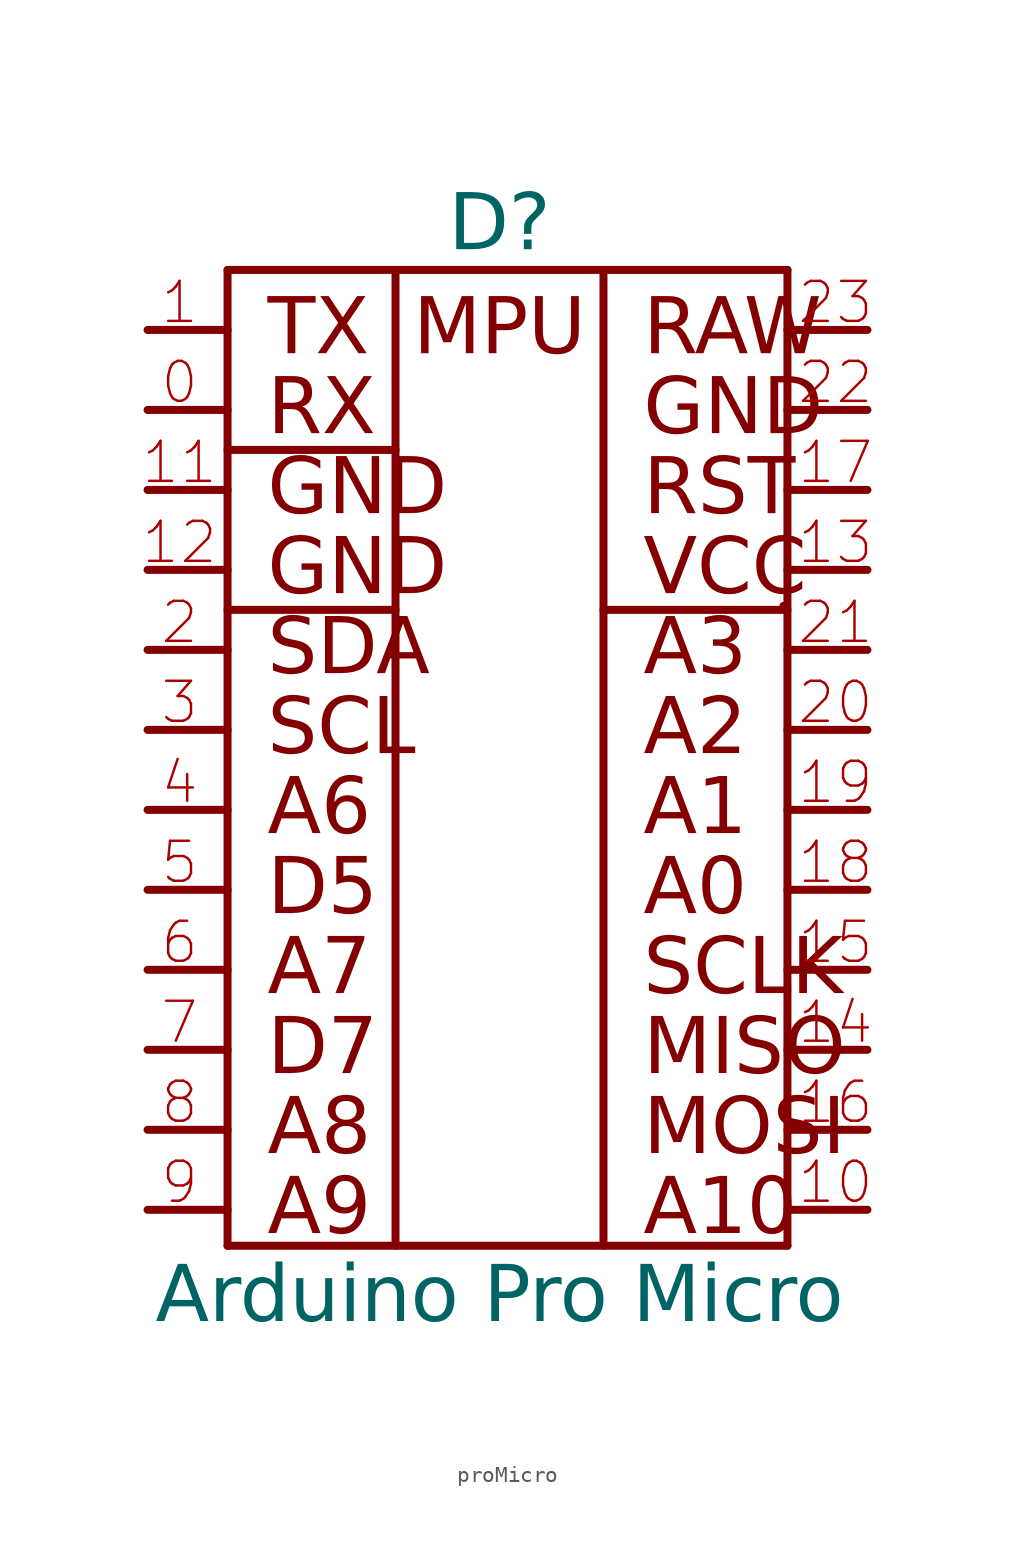
<source format=kicad_sym>
(kicad_symbol_lib
  (version 20241209)
  (generator "kicad_symbol_editor")
  (generator_version "9.0")
  (symbol "proMicro"
    (pin_names
      (offset 0.5))
    (property "Reference" "D"
      (at 22 6.5 0)
      (effects (font (face "GOST type A") (size 3.5 3.5))))
    (property "Value" "Arduino Pro Micro"
      (at 22 -60.5 0)
      (effects (font (face "GOST type A") (size 3.5 3.5))))
    (symbol "proMicro_0_1"
      (polyline (pts (xy 0 -25) (xy 5 -25)) (stroke (width 0.5) (type solid)) (fill (type none)))
      (polyline (pts (xy 0 -30) (xy 5 -30)) (stroke (width 0.5) (type solid)) (fill (type none)))
      (polyline (pts (xy 0 -35) (xy 5 -35)) (stroke (width 0.5) (type solid)) (fill (type none)))
      (polyline (pts (xy 0 -45) (xy 5 -45)) (stroke (width 0.5) (type solid)) (fill (type none)))
      (polyline (pts (xy 0 -50) (xy 5 -50)) (stroke (width 0.5) (type solid)) (fill (type none)))
      (polyline (pts (xy 0 -55) (xy 5 -55)) (stroke (width 0.5) (type solid)) (fill (type none)))
      (polyline (pts (xy 5 3.75) (xy 5 -57.25)) (stroke (width 0.5) (type default)) (fill (type none)))
      (polyline (pts (xy 5 0) (xy 0 0)) (stroke (width 0.5) (type default)) (fill (type none)))
      (polyline (pts (xy 5 -7.5) (xy 15.5 -7.5)) (stroke (width 0.5) (type solid)) (fill (type none)))
      (polyline (pts (xy 5 -17.5) (xy 15.5 -17.5)) (stroke (width 0.5) (type solid)) (fill (type none))))
    (symbol "proMicro_1_1"
      (polyline (pts (xy 0 -20) (xy 5 -20)) (stroke (width 0.5) (type solid)) (fill (type none)))
      (polyline (pts (xy 0 -40) (xy 5 -40)) (stroke (width 0.5) (type solid)) (fill (type none)))
      (polyline (pts (xy 5 3.75) (xy 40 3.75)) (stroke (width 0.5) (type solid)) (fill (type none)))
      (polyline (pts (xy 5 -5) (xy 0 -5)) (stroke (width 0.5) (type solid)) (fill (type none)))
      (polyline (pts (xy 5 -10) (xy 0 -10)) (stroke (width 0.5) (type solid)) (fill (type none)))
      (polyline (pts (xy 5 -15) (xy 0 -15)) (stroke (width 0.5) (type solid)) (fill (type none)))
      (polyline (pts (xy 5 -57.25) (xy 40 -57.25)) (stroke (width 0.5) (type solid)) (fill (type none)))
      (polyline (pts (xy 15.5 3.75) (xy 15.5 -57.25)) (stroke (width 0.5) (type solid)) (fill (type none)))
      (polyline (pts (xy 28.5 3.75) (xy 28.5 -57.25)) (stroke (width 0.5) (type solid)) (fill (type none)))
      (polyline (pts (xy 39.75 -17.25) (xy 39.75 -17.25)) (stroke (width 0.5) (type solid)) (fill (type none)))
      (polyline (pts (xy 40 3.75) (xy 40 -57.25)) (stroke (width 0.5) (type solid)) (fill (type none)))
      (polyline (pts (xy 40 0) (xy 45 0)) (stroke (width 0.5) (type solid)) (fill (type none)))
      (polyline (pts (xy 40 -5) (xy 45 -5)) (stroke (width 0.5) (type solid)) (fill (type none)))
      (polyline (pts (xy 40 -10) (xy 45 -10)) (stroke (width 0.5) (type solid)) (fill (type none)))
      (polyline (pts (xy 40 -15) (xy 45 -15)) (stroke (width 0.5) (type solid)) (fill (type none)))
      (polyline (pts (xy 40 -17.5) (xy 28.5 -17.5)) (stroke (width 0.5) (type solid)) (fill (type none)))
      (polyline (pts (xy 40 -20) (xy 45 -20)) (stroke (width 0.5) (type solid)) (fill (type none)))
      (polyline (pts (xy 40 -25) (xy 45 -25)) (stroke (width 0.5) (type solid)) (fill (type none)))
      (polyline (pts (xy 40 -30) (xy 45 -30)) (stroke (width 0.5) (type solid)) (fill (type none)))
      (polyline (pts (xy 40 -35) (xy 45 -35)) (stroke (width 0.5) (type solid)) (fill (type none)))
      (polyline (pts (xy 40 -40) (xy 45 -40)) (stroke (width 0.5) (type solid)) (fill (type none)))
      (polyline (pts (xy 40 -45) (xy 45 -45)) (stroke (width 0.5) (type solid)) (fill (type none)))
      (polyline (pts (xy 40 -50) (xy 45 -50)) (stroke (width 0.5) (type solid)) (fill (type none)))
      (polyline (pts (xy 40 -55) (xy 45 -55)) (stroke (width 0.5) (type solid)) (fill (type none)))
      (text "TX" (at 7.5 0 0) (effects (font (face "GOST type A") (size 3.5 3.5)) (justify left)))
      (text "RX" (at 7.5 -5 0) (effects (font (face "GOST type A") (size 3.5 3.5)) (justify left)))
      (text "GND" (at 7.5 -10 0) (effects (font (face "GOST type A") (size 3.5 3.5)) (justify left)))
      (text "GND" (at 7.5 -15 0) (effects (font (face "GOST type A") (size 3.5 3.5)) (justify left)))
      (text "SDA" (at 7.5 -20 0) (effects (font (face "GOST type A") (size 3.5 3.5)) (justify left)))
      (text "SCL" (at 7.5 -25 0) (effects (font (face "GOST type A") (size 3.5 3.5)) (justify left)))
      (text "A6" (at 7.5 -30 0) (effects (font (face "GOST type A") (size 3.5 3.5)) (justify left)))
      (text "D5" (at 7.5 -35 0) (effects (font (face "GOST type A") (size 3.5 3.5)) (justify left)))
      (text "A7" (at 7.5 -40 0) (effects (font (face "GOST type A") (size 3.5 3.5)) (justify left)))
      (text "D7" (at 7.5 -45 0) (effects (font (face "GOST type A") (size 3.5 3.5)) (justify left)))
      (text "A8" (at 7.5 -50 0) (effects (font (face "GOST type A") (size 3.5 3.5)) (justify left)))
      (text "A9" (at 7.5 -55 0) (effects (font (face "GOST type A") (size 3.5 3.5)) (justify left)))
      (text "MPU" (at 22 0 0) (effects (font (face "GOST type A") (size 3.5 3.5))))
      (text "RAW" (at 31 0 0) (effects (font (face "GOST type A") (size 3.5 3.5)) (justify left)))
      (text "GND" (at 31 -5 0) (effects (font (face "GOST type A") (size 3.5 3.5)) (justify left)))
      (text "RST" (at 31 -10 0) (effects (font (face "GOST type A") (size 3.5 3.5)) (justify left)))
      (text "VCC" (at 31 -15 0) (effects (font (face "GOST type A") (size 3.5 3.5)) (justify left)))
      (text "A3" (at 31 -20 0) (effects (font (face "GOST type A") (size 3.5 3.5)) (justify left)))
      (text "A2" (at 31 -25 0) (effects (font (face "GOST type A") (size 3.5 3.5)) (justify left)))
      (text "A1" (at 31 -30 0) (effects (font (face "GOST type A") (size 3.5 3.5)) (justify left)))
      (text "A0" (at 31 -35 0) (effects (font (face "GOST type A") (size 3.5 3.5)) (justify left)))
      (text "SCLK\n" (at 31 -40 0) (effects (font (face "GOST type A") (size 3.5 3.5)) (justify left)))
      (text "MISO\n" (at 31 -45 0) (effects (font (face "GOST type A") (size 3.5 3.5)) (justify left)))
      (text "MOSI" (at 31 -50 0) (effects (font (face "GOST type A") (size 3.5 3.5)) (justify left)))
      (text "A10\n" (at 31 -55 0) (effects (font (face "GOST type A") (size 3.5 3.5)) (justify left)))
      (pin bidirectional line (at 0 0 0) (length 4) (name "" (effects (font (size 2.5 2.5)))) (number "1" (effects (font (size 2.5 2.5)))))
      (pin bidirectional line (at 0 -5 0) (length 4) (name "" (effects (font (size 2.5 2.5)))) (number "0" (effects (font (size 2.5 2.5)))))
      (pin power_in line (at 0 -10 0) (length 4) (name "" (effects (font (size 2.5 2.5)))) (number "11" (effects (font (size 2.5 2.5)))))
      (pin power_in line (at 0 -15 0) (length 4) (name "" (effects (font (size 2.5 2.5)))) (number "12" (effects (font (size 2.5 2.5)))))
      (pin bidirectional line (at 0 -20 0) (length 4) (name "" (effects (font (size 2.5 2.5)))) (number "2" (effects (font (size 2.5 2.5)))))
      (pin bidirectional line (at 0 -25 0) (length 4) (name "" (effects (font (size 2.5 2.5)))) (number "3" (effects (font (size 2.5 2.5)))))
      (pin bidirectional line (at 0 -30 0) (length 4) (name "" (effects (font (size 2.5 2.5)))) (number "4" (effects (font (size 2.5 2.5)))))
      (pin bidirectional line (at 0 -35 0) (length 4) (name "" (effects (font (size 2.5 2.5)))) (number "5" (effects (font (size 2.5 2.5)))))
      (pin bidirectional line (at 0 -40 0) (length 4) (name "" (effects (font (size 2.5 2.5)))) (number "6" (effects (font (size 2.5 2.5)))))
      (pin bidirectional line (at 0 -45 0) (length 4) (name "" (effects (font (size 2.5 2.5)))) (number "7" (effects (font (size 2.5 2.5)))))
      (pin bidirectional line (at 0 -50 0) (length 4) (name "" (effects (font (size 2.5 2.5)))) (number "8" (effects (font (size 2.5 2.5)))))
      (pin bidirectional line (at 0 -55 0) (length 4) (name "" (effects (font (size 2.5 2.5)))) (number "9" (effects (font (size 2.5 2.5)))))
      (pin power_in line (at 45 0 180) (length 4) (name "" (effects (font (size 2.5 2.5)))) (number "23" (effects (font (size 2.5 2.5)))))
      (pin power_in line (at 45 -5 180) (length 4) (name "" (effects (font (size 2.5 2.5)))) (number "22" (effects (font (size 2.5 2.5)))))
      (pin power_in line (at 45 -10 180) (length 4) (name "" (effects (font (size 2.5 2.5)))) (number "17" (effects (font (size 2.5 2.5)))))
      (pin power_in line (at 45 -15 180) (length 4) (name "" (effects (font (size 2.5 2.5)))) (number "13" (effects (font (size 2.5 2.5)))))
      (pin bidirectional line (at 45 -20 180) (length 4) (name "" (effects (font (size 2.5 2.5)))) (number "21" (effects (font (size 2.5 2.5)))))
      (pin bidirectional line (at 45 -25 180) (length 4) (name "" (effects (font (size 2.5 2.5)))) (number "20" (effects (font (size 2.5 2.5)))))
      (pin bidirectional line (at 45 -30 180) (length 4) (name "" (effects (font (size 2.5 2.5)))) (number "19" (effects (font (size 2.5 2.5)))))
      (pin bidirectional line (at 45 -35 180) (length 4) (name "" (effects (font (size 2.5 2.5)))) (number "18" (effects (font (size 2.5 2.5)))))
      (pin bidirectional line (at 45 -40 180) (length 4) (name "" (effects (font (size 2.5 2.5)))) (number "15" (effects (font (size 2.5 2.5)))))
      (pin bidirectional line (at 45 -45 180) (length 4) (name "" (effects (font (size 2.5 2.5)))) (number "14" (effects (font (size 2.5 2.5)))))
      (pin bidirectional line (at 45 -50 180) (length 4) (name "" (effects (font (size 2.5 2.5)))) (number "16" (effects (font (size 2.5 2.5)))))
      (pin bidirectional line (at 45 -55 180) (length 4) (name "" (effects (font (size 2.5 2.5)))) (number "10" (effects (font (size 2.5 2.5))))))))
</source>
